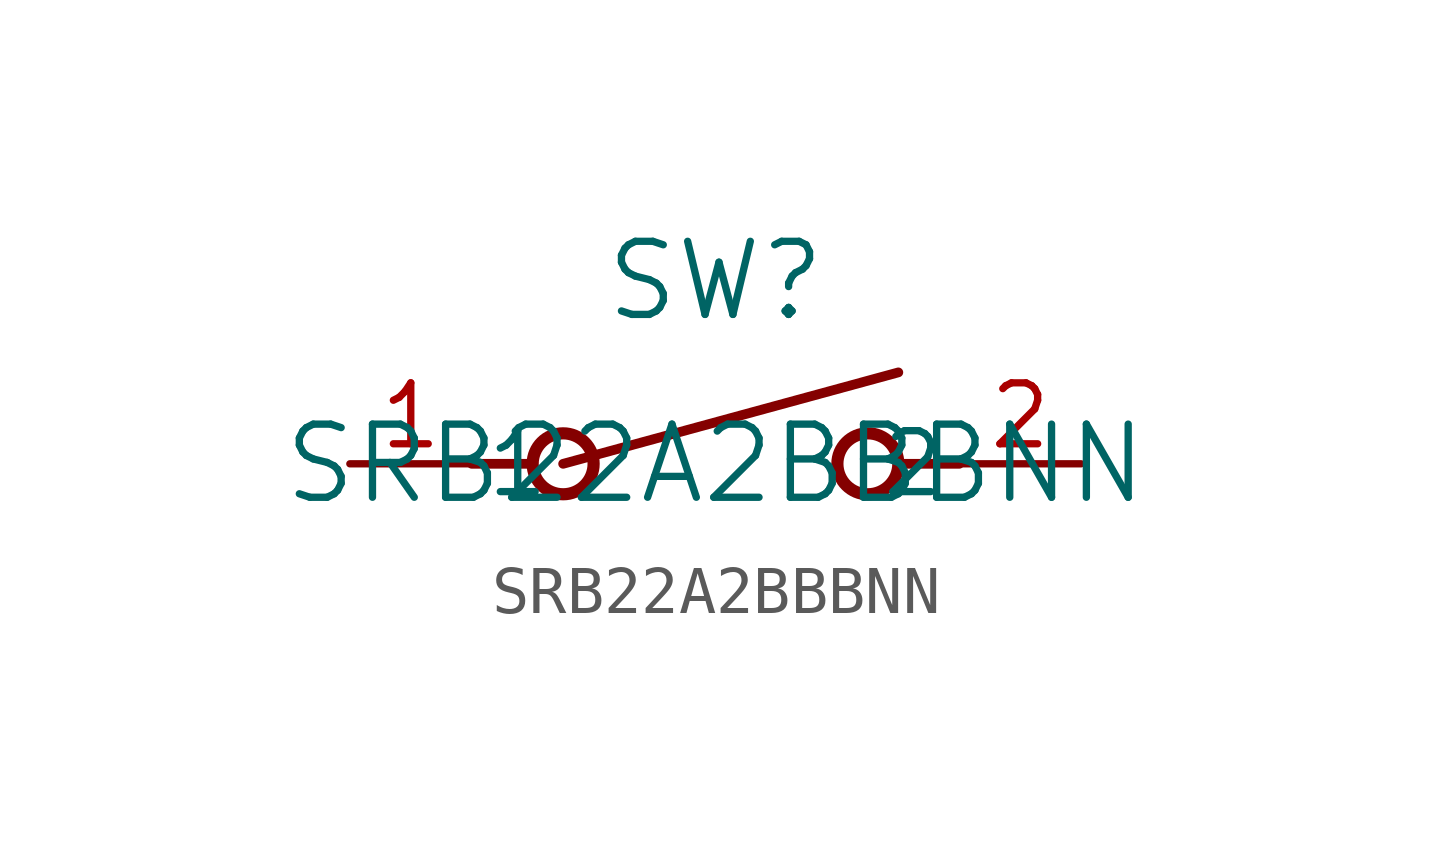
<source format=kicad_sym>
(kicad_symbol_lib
  (version 20211014)
  (generator kicad_symbol_editor)
  (symbol "SRB22A2BBBNN"
    (pin_names
      (offset 0.254))
    (property "Reference" "SW"
      (at 0 3.81 0)
      (effects (font (size 1.524 1.524))))
    (property "Value" "SRB22A2BBBNN"
      (at 0 0 0)
      (effects (font (size 1.524 1.524))))
    (symbol "SRB22A2BBBNN_0_1"
      (polyline (pts (xy -5.08 0) (xy -3.81 0)) (stroke (width 0.203) (type default) (color 0 0 0 0)) (fill (type none)))
      (circle (center 3.175 0) (radius 0.635) (stroke (width 0.254) (type default) (color 0 0 0 0)) (fill (type none)))
      (circle (center -3.175 0) (radius 0.635) (stroke (width 0.254) (type default) (color 0 0 0 0)) (fill (type none)))
      (polyline (pts (xy 5.08 0) (xy 3.81 0)) (stroke (width 0.203) (type default) (color 0 0 0 0)) (fill (type none)))
      (polyline (pts (xy -3.175 0) (xy 3.81 1.905)) (stroke (width 0.203) (type default) (color 0 0 0 0)) (fill (type none)))
      (pin unspecified line (at -7.62 0 0) (length 2.54) (name "1" (effects (font (size 1.27 1.27)))) (number "1" (effects (font (size 1.27 1.27)))))
      (pin unspecified line (at 7.62 0 180) (length 2.54) (name "2" (effects (font (size 1.27 1.27)))) (number "2" (effects (font (size 1.27 1.27))))))))
</source>
